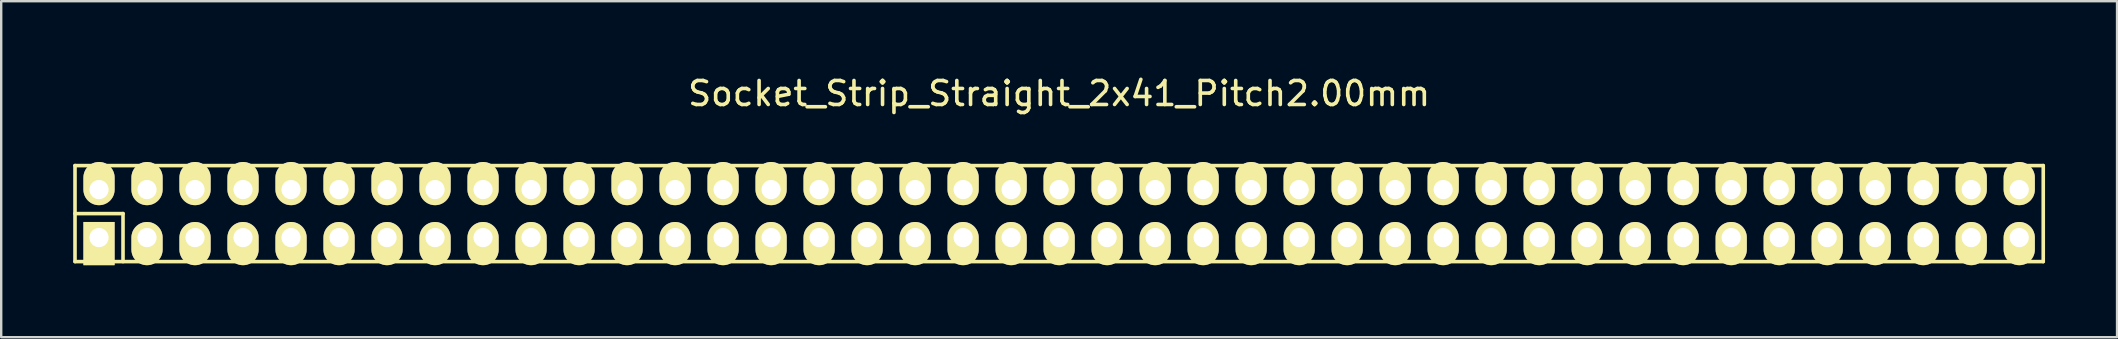
<source format=kicad_pcb>
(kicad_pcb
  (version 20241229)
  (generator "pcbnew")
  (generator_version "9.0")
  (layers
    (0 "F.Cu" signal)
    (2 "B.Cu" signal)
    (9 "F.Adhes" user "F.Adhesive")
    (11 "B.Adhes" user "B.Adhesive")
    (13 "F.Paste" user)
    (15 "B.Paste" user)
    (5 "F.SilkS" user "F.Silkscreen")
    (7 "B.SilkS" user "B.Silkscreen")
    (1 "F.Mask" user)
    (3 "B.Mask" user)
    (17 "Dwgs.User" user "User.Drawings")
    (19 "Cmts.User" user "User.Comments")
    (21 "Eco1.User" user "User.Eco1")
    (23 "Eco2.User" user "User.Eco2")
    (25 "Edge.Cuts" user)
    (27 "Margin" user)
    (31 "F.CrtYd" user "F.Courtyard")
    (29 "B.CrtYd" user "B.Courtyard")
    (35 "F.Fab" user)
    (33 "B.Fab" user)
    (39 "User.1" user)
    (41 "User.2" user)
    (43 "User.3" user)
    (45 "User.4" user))
  (footprint "Socket_Strip_Straight_2x41_Pitch2.00mm"
    (layer "F.Cu")
    (at 41.075 5.848)
    (property "Reference" "Socket_Strip_Straight_2x41_Pitch2.00mm" (at 0 -5 0) (layer "F.SilkS") (effects (font (size 1 1) (thickness 0.15))))
    (attr through_hole)
    (fp_line (start -41 -2) (end 41 -2) (stroke (width 0.15) (type solid)) (layer "F.SilkS"))
    (fp_line (start -41 0) (end -39 0) (stroke (width 0.15) (type solid)) (layer "F.SilkS"))
    (fp_line (start -41 2) (end -41 -2) (stroke (width 0.15) (type solid)) (layer "F.SilkS"))
    (fp_line (start -39 0) (end -39 2) (stroke (width 0.15) (type solid)) (layer "F.SilkS"))
    (fp_line (start 41 -2) (end 41 2) (stroke (width 0.15) (type solid)) (layer "F.SilkS"))
    (fp_line (start 41 2) (end -41 2) (stroke (width 0.15) (type solid)) (layer "F.SilkS"))
    (pad "1" thru_hole rect (at -40 1) (size 1.3 1.8) (drill 0.8 (offset 0 0.25)) (layers "*.Cu" "*.Mask" "F.SilkS"))
    (pad "2" thru_hole oval (at -40 -1) (size 1.3 1.8) (drill 0.8 (offset 0 -0.25)) (layers "*.Cu" "*.Mask" "F.SilkS"))
    (pad "3" thru_hole oval (at -38 1) (size 1.3 1.8) (drill 0.8 (offset 0 0.25)) (layers "*.Cu" "*.Mask" "F.SilkS"))
    (pad "4" thru_hole oval (at -38 -1) (size 1.3 1.8) (drill 0.8 (offset 0 -0.25)) (layers "*.Cu" "*.Mask" "F.SilkS"))
    (pad "5" thru_hole oval (at -36 1) (size 1.3 1.8) (drill 0.8 (offset 0 0.25)) (layers "*.Cu" "*.Mask" "F.SilkS"))
    (pad "6" thru_hole oval (at -36 -1) (size 1.3 1.8) (drill 0.8 (offset 0 -0.25)) (layers "*.Cu" "*.Mask" "F.SilkS"))
    (pad "7" thru_hole oval (at -34 1) (size 1.3 1.8) (drill 0.8 (offset 0 0.25)) (layers "*.Cu" "*.Mask" "F.SilkS"))
    (pad "8" thru_hole oval (at -34 -1) (size 1.3 1.8) (drill 0.8 (offset 0 -0.25)) (layers "*.Cu" "*.Mask" "F.SilkS"))
    (pad "9" thru_hole oval (at -32 1) (size 1.3 1.8) (drill 0.8 (offset 0 0.25)) (layers "*.Cu" "*.Mask" "F.SilkS"))
    (pad "10" thru_hole oval (at -32 -1) (size 1.3 1.8) (drill 0.8 (offset 0 -0.25)) (layers "*.Cu" "*.Mask" "F.SilkS"))
    (pad "11" thru_hole oval (at -30 1) (size 1.3 1.8) (drill 0.8 (offset 0 0.25)) (layers "*.Cu" "*.Mask" "F.SilkS"))
    (pad "12" thru_hole oval (at -30 -1) (size 1.3 1.8) (drill 0.8 (offset 0 -0.25)) (layers "*.Cu" "*.Mask" "F.SilkS"))
    (pad "13" thru_hole oval (at -28 1) (size 1.3 1.8) (drill 0.8 (offset 0 0.25)) (layers "*.Cu" "*.Mask" "F.SilkS"))
    (pad "14" thru_hole oval (at -28 -1) (size 1.3 1.8) (drill 0.8 (offset 0 -0.25)) (layers "*.Cu" "*.Mask" "F.SilkS"))
    (pad "15" thru_hole oval (at -26 1) (size 1.3 1.8) (drill 0.8 (offset 0 0.25)) (layers "*.Cu" "*.Mask" "F.SilkS"))
    (pad "16" thru_hole oval (at -26 -1) (size 1.3 1.8) (drill 0.8 (offset 0 -0.25)) (layers "*.Cu" "*.Mask" "F.SilkS"))
    (pad "17" thru_hole oval (at -24 1) (size 1.3 1.8) (drill 0.8 (offset 0 0.25)) (layers "*.Cu" "*.Mask" "F.SilkS"))
    (pad "18" thru_hole oval (at -24 -1) (size 1.3 1.8) (drill 0.8 (offset 0 -0.25)) (layers "*.Cu" "*.Mask" "F.SilkS"))
    (pad "19" thru_hole oval (at -22 1) (size 1.3 1.8) (drill 0.8 (offset 0 0.25)) (layers "*.Cu" "*.Mask" "F.SilkS"))
    (pad "20" thru_hole oval (at -22 -1) (size 1.3 1.8) (drill 0.8 (offset 0 -0.25)) (layers "*.Cu" "*.Mask" "F.SilkS"))
    (pad "21" thru_hole oval (at -20 1) (size 1.3 1.8) (drill 0.8 (offset 0 0.25)) (layers "*.Cu" "*.Mask" "F.SilkS"))
    (pad "22" thru_hole oval (at -20 -1) (size 1.3 1.8) (drill 0.8 (offset 0 -0.25)) (layers "*.Cu" "*.Mask" "F.SilkS"))
    (pad "23" thru_hole oval (at -18 1) (size 1.3 1.8) (drill 0.8 (offset 0 0.25)) (layers "*.Cu" "*.Mask" "F.SilkS"))
    (pad "24" thru_hole oval (at -18 -1) (size 1.3 1.8) (drill 0.8 (offset 0 -0.25)) (layers "*.Cu" "*.Mask" "F.SilkS"))
    (pad "25" thru_hole oval (at -16 1) (size 1.3 1.8) (drill 0.8 (offset 0 0.25)) (layers "*.Cu" "*.Mask" "F.SilkS"))
    (pad "26" thru_hole oval (at -16 -1) (size 1.3 1.8) (drill 0.8 (offset 0 -0.25)) (layers "*.Cu" "*.Mask" "F.SilkS"))
    (pad "27" thru_hole oval (at -14 1) (size 1.3 1.8) (drill 0.8 (offset 0 0.25)) (layers "*.Cu" "*.Mask" "F.SilkS"))
    (pad "28" thru_hole oval (at -14 -1) (size 1.3 1.8) (drill 0.8 (offset 0 -0.25)) (layers "*.Cu" "*.Mask" "F.SilkS"))
    (pad "29" thru_hole oval (at -12 1) (size 1.3 1.8) (drill 0.8 (offset 0 0.25)) (layers "*.Cu" "*.Mask" "F.SilkS"))
    (pad "30" thru_hole oval (at -12 -1) (size 1.3 1.8) (drill 0.8 (offset 0 -0.25)) (layers "*.Cu" "*.Mask" "F.SilkS"))
    (pad "31" thru_hole oval (at -10 1) (size 1.3 1.8) (drill 0.8 (offset 0 0.25)) (layers "*.Cu" "*.Mask" "F.SilkS"))
    (pad "32" thru_hole oval (at -10 -1) (size 1.3 1.8) (drill 0.8 (offset 0 -0.25)) (layers "*.Cu" "*.Mask" "F.SilkS"))
    (pad "33" thru_hole oval (at -8 1) (size 1.3 1.8) (drill 0.8 (offset 0 0.25)) (layers "*.Cu" "*.Mask" "F.SilkS"))
    (pad "34" thru_hole oval (at -8 -1) (size 1.3 1.8) (drill 0.8 (offset 0 -0.25)) (layers "*.Cu" "*.Mask" "F.SilkS"))
    (pad "35" thru_hole oval (at -6 1) (size 1.3 1.8) (drill 0.8 (offset 0 0.25)) (layers "*.Cu" "*.Mask" "F.SilkS"))
    (pad "36" thru_hole oval (at -6 -1) (size 1.3 1.8) (drill 0.8 (offset 0 -0.25)) (layers "*.Cu" "*.Mask" "F.SilkS"))
    (pad "37" thru_hole oval (at -4 1) (size 1.3 1.8) (drill 0.8 (offset 0 0.25)) (layers "*.Cu" "*.Mask" "F.SilkS"))
    (pad "38" thru_hole oval (at -4 -1) (size 1.3 1.8) (drill 0.8 (offset 0 -0.25)) (layers "*.Cu" "*.Mask" "F.SilkS"))
    (pad "39" thru_hole oval (at -2 1) (size 1.3 1.8) (drill 0.8 (offset 0 0.25)) (layers "*.Cu" "*.Mask" "F.SilkS"))
    (pad "40" thru_hole oval (at -2 -1) (size 1.3 1.8) (drill 0.8 (offset 0 -0.25)) (layers "*.Cu" "*.Mask" "F.SilkS"))
    (pad "41" thru_hole oval (at 0 1) (size 1.3 1.8) (drill 0.8 (offset 0 0.25)) (layers "*.Cu" "*.Mask" "F.SilkS"))
    (pad "42" thru_hole oval (at 0 -1) (size 1.3 1.8) (drill 0.8 (offset 0 -0.25)) (layers "*.Cu" "*.Mask" "F.SilkS"))
    (pad "43" thru_hole oval (at 2 1) (size 1.3 1.8) (drill 0.8 (offset 0 0.25)) (layers "*.Cu" "*.Mask" "F.SilkS"))
    (pad "44" thru_hole oval (at 2 -1) (size 1.3 1.8) (drill 0.8 (offset 0 -0.25)) (layers "*.Cu" "*.Mask" "F.SilkS"))
    (pad "45" thru_hole oval (at 4 1) (size 1.3 1.8) (drill 0.8 (offset 0 0.25)) (layers "*.Cu" "*.Mask" "F.SilkS"))
    (pad "46" thru_hole oval (at 4 -1) (size 1.3 1.8) (drill 0.8 (offset 0 -0.25)) (layers "*.Cu" "*.Mask" "F.SilkS"))
    (pad "47" thru_hole oval (at 6 1) (size 1.3 1.8) (drill 0.8 (offset 0 0.25)) (layers "*.Cu" "*.Mask" "F.SilkS"))
    (pad "48" thru_hole oval (at 6 -1) (size 1.3 1.8) (drill 0.8 (offset 0 -0.25)) (layers "*.Cu" "*.Mask" "F.SilkS"))
    (pad "49" thru_hole oval (at 8 1) (size 1.3 1.8) (drill 0.8 (offset 0 0.25)) (layers "*.Cu" "*.Mask" "F.SilkS"))
    (pad "50" thru_hole oval (at 8 -1) (size 1.3 1.8) (drill 0.8 (offset 0 -0.25)) (layers "*.Cu" "*.Mask" "F.SilkS"))
    (pad "51" thru_hole oval (at 10 1) (size 1.3 1.8) (drill 0.8 (offset 0 0.25)) (layers "*.Cu" "*.Mask" "F.SilkS"))
    (pad "52" thru_hole oval (at 10 -1) (size 1.3 1.8) (drill 0.8 (offset 0 -0.25)) (layers "*.Cu" "*.Mask" "F.SilkS"))
    (pad "53" thru_hole oval (at 12 1) (size 1.3 1.8) (drill 0.8 (offset 0 0.25)) (layers "*.Cu" "*.Mask" "F.SilkS"))
    (pad "54" thru_hole oval (at 12 -1) (size 1.3 1.8) (drill 0.8 (offset 0 -0.25)) (layers "*.Cu" "*.Mask" "F.SilkS"))
    (pad "55" thru_hole oval (at 14 1) (size 1.3 1.8) (drill 0.8 (offset 0 0.25)) (layers "*.Cu" "*.Mask" "F.SilkS"))
    (pad "56" thru_hole oval (at 14 -1) (size 1.3 1.8) (drill 0.8 (offset 0 -0.25)) (layers "*.Cu" "*.Mask" "F.SilkS"))
    (pad "57" thru_hole oval (at 16 1) (size 1.3 1.8) (drill 0.8 (offset 0 0.25)) (layers "*.Cu" "*.Mask" "F.SilkS"))
    (pad "58" thru_hole oval (at 16 -1) (size 1.3 1.8) (drill 0.8 (offset 0 -0.25)) (layers "*.Cu" "*.Mask" "F.SilkS"))
    (pad "59" thru_hole oval (at 18 1) (size 1.3 1.8) (drill 0.8 (offset 0 0.25)) (layers "*.Cu" "*.Mask" "F.SilkS"))
    (pad "60" thru_hole oval (at 18 -1) (size 1.3 1.8) (drill 0.8 (offset 0 -0.25)) (layers "*.Cu" "*.Mask" "F.SilkS"))
    (pad "61" thru_hole oval (at 20 1) (size 1.3 1.8) (drill 0.8 (offset 0 0.25)) (layers "*.Cu" "*.Mask" "F.SilkS"))
    (pad "62" thru_hole oval (at 20 -1) (size 1.3 1.8) (drill 0.8 (offset 0 -0.25)) (layers "*.Cu" "*.Mask" "F.SilkS"))
    (pad "63" thru_hole oval (at 22 1) (size 1.3 1.8) (drill 0.8 (offset 0 0.25)) (layers "*.Cu" "*.Mask" "F.SilkS"))
    (pad "64" thru_hole oval (at 22 -1) (size 1.3 1.8) (drill 0.8 (offset 0 -0.25)) (layers "*.Cu" "*.Mask" "F.SilkS"))
    (pad "65" thru_hole oval (at 24 1) (size 1.3 1.8) (drill 0.8 (offset 0 0.25)) (layers "*.Cu" "*.Mask" "F.SilkS"))
    (pad "66" thru_hole oval (at 24 -1) (size 1.3 1.8) (drill 0.8 (offset 0 -0.25)) (layers "*.Cu" "*.Mask" "F.SilkS"))
    (pad "67" thru_hole oval (at 26 1) (size 1.3 1.8) (drill 0.8 (offset 0 0.25)) (layers "*.Cu" "*.Mask" "F.SilkS"))
    (pad "68" thru_hole oval (at 26 -1) (size 1.3 1.8) (drill 0.8 (offset 0 -0.25)) (layers "*.Cu" "*.Mask" "F.SilkS"))
    (pad "69" thru_hole oval (at 28 1) (size 1.3 1.8) (drill 0.8 (offset 0 0.25)) (layers "*.Cu" "*.Mask" "F.SilkS"))
    (pad "70" thru_hole oval (at 28 -1) (size 1.3 1.8) (drill 0.8 (offset 0 -0.25)) (layers "*.Cu" "*.Mask" "F.SilkS"))
    (pad "71" thru_hole oval (at 30 1) (size 1.3 1.8) (drill 0.8 (offset 0 0.25)) (layers "*.Cu" "*.Mask" "F.SilkS"))
    (pad "72" thru_hole oval (at 30 -1) (size 1.3 1.8) (drill 0.8 (offset 0 -0.25)) (layers "*.Cu" "*.Mask" "F.SilkS"))
    (pad "73" thru_hole oval (at 32 1) (size 1.3 1.8) (drill 0.8 (offset 0 0.25)) (layers "*.Cu" "*.Mask" "F.SilkS"))
    (pad "74" thru_hole oval (at 32 -1) (size 1.3 1.8) (drill 0.8 (offset 0 -0.25)) (layers "*.Cu" "*.Mask" "F.SilkS"))
    (pad "75" thru_hole oval (at 34 1) (size 1.3 1.8) (drill 0.8 (offset 0 0.25)) (layers "*.Cu" "*.Mask" "F.SilkS"))
    (pad "76" thru_hole oval (at 34 -1) (size 1.3 1.8) (drill 0.8 (offset 0 -0.25)) (layers "*.Cu" "*.Mask" "F.SilkS"))
    (pad "77" thru_hole oval (at 36 1) (size 1.3 1.8) (drill 0.8 (offset 0 0.25)) (layers "*.Cu" "*.Mask" "F.SilkS"))
    (pad "78" thru_hole oval (at 36 -1) (size 1.3 1.8) (drill 0.8 (offset 0 -0.25)) (layers "*.Cu" "*.Mask" "F.SilkS"))
    (pad "79" thru_hole oval (at 38 1) (size 1.3 1.8) (drill 0.8 (offset 0 0.25)) (layers "*.Cu" "*.Mask" "F.SilkS"))
    (pad "80" thru_hole oval (at 38 -1) (size 1.3 1.8) (drill 0.8 (offset 0 -0.25)) (layers "*.Cu" "*.Mask" "F.SilkS"))
    (pad "81" thru_hole oval (at 40 1) (size 1.3 1.8) (drill 0.8 (offset 0 0.25)) (layers "*.Cu" "*.Mask" "F.SilkS"))
    (pad "82" thru_hole oval (at 40 -1) (size 1.3 1.8) (drill 0.8 (offset 0 -0.25)) (layers "*.Cu" "*.Mask" "F.SilkS")))
  (gr_rect
    (start -3 -3)
    (end 85.15 10.998)
    (stroke (width 0.1) (type default))
    (fill no)
    (layer "Edge.Cuts")))
</source>
